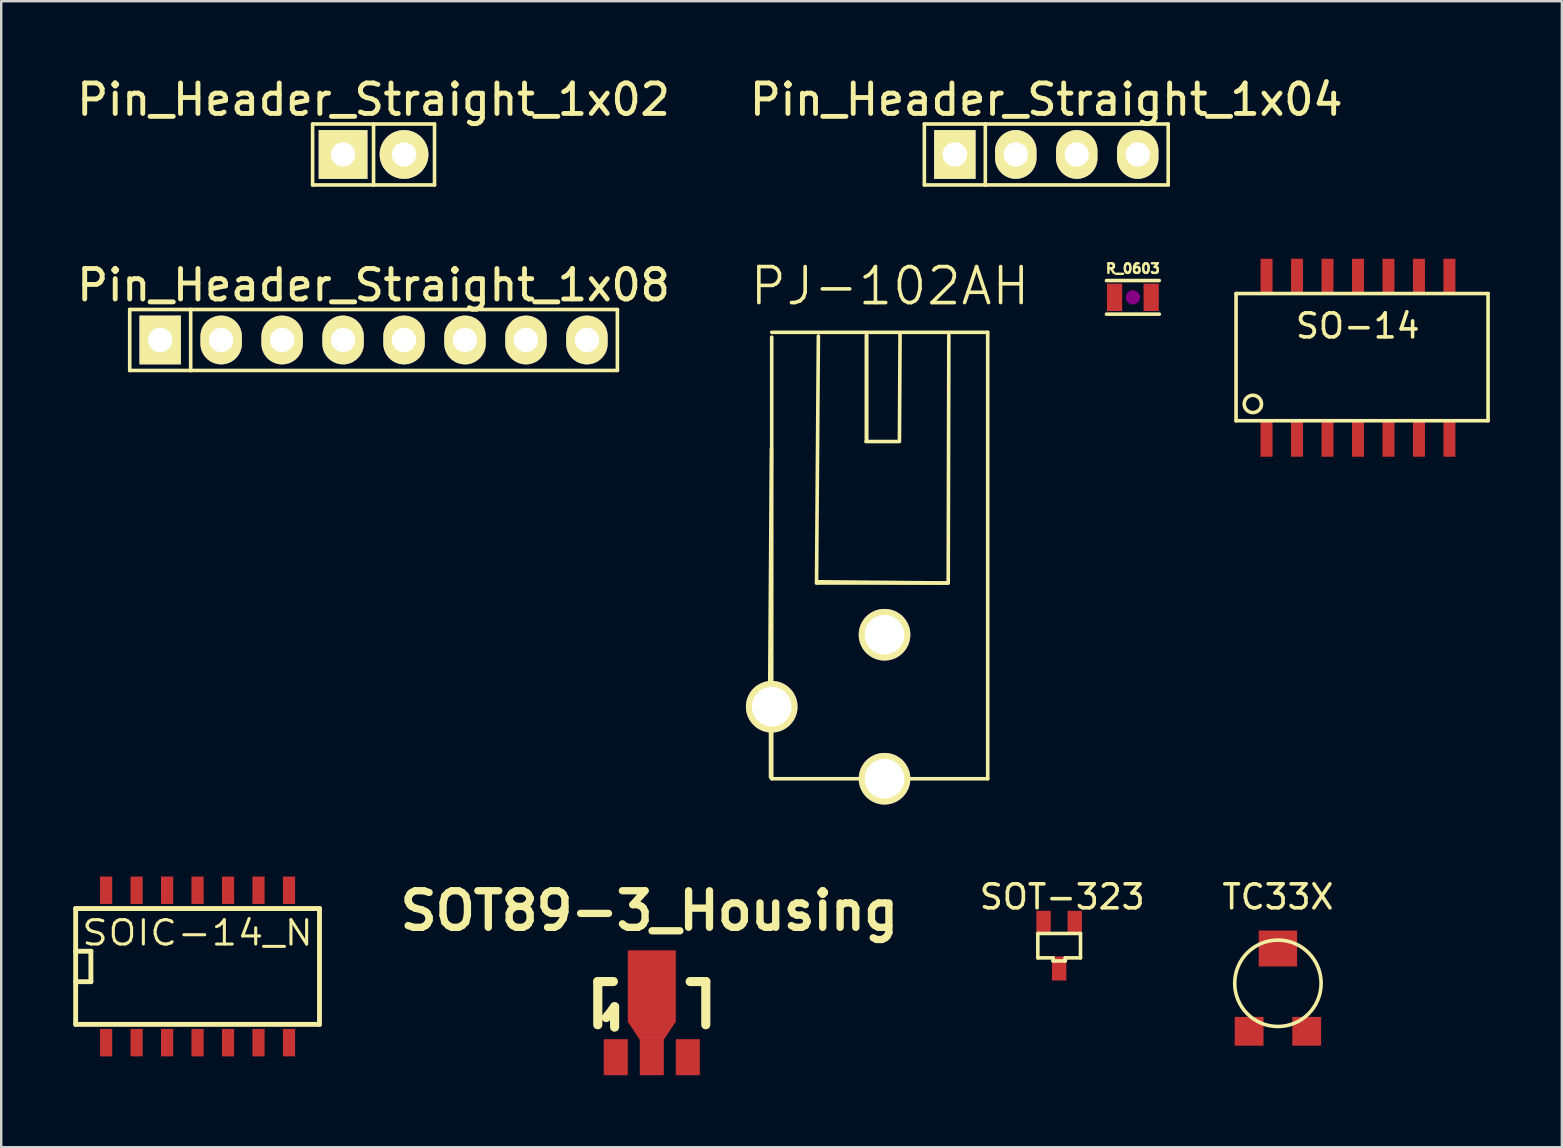
<source format=kicad_pcb>
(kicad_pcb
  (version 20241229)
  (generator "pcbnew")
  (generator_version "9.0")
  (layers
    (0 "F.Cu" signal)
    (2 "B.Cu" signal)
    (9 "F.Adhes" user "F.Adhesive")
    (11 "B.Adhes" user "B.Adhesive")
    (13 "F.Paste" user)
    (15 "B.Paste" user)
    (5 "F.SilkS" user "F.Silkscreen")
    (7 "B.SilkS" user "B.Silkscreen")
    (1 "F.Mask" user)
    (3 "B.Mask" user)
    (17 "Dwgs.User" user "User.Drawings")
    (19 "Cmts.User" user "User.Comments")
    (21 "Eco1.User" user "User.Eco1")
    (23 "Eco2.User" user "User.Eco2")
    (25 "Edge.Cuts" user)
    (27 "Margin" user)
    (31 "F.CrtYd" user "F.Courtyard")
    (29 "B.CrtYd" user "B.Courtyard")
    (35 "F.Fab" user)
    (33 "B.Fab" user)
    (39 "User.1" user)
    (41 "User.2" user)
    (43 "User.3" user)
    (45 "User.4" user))
  (footprint "Pin_Header_Straight_1x02"
    (layer "F.Cu")
    (at 12.515 3.386)
    (property "Reference" "Pin_Header_Straight_1x02" (at 0 -2.286 0) (layer "F.SilkS") (effects (font (size 1.27 1.27) (thickness 0.203))))
    (attr through_hole)
    (fp_line (start -2.54 -1.27) (end -2.54 1.27) (stroke (width 0.15) (type solid)) (layer "F.SilkS"))
    (fp_line (start -2.54 1.27) (end 0 1.27) (stroke (width 0.15) (type solid)) (layer "F.SilkS"))
    (fp_line (start 0 -1.27) (end 0 1.27) (stroke (width 0.15) (type solid)) (layer "F.SilkS"))
    (fp_line (start 0 1.27) (end 2.54 1.27) (stroke (width 0.15) (type solid)) (layer "F.SilkS"))
    (fp_line (start 2.54 -1.27) (end -2.54 -1.27) (stroke (width 0.15) (type solid)) (layer "F.SilkS"))
    (fp_line (start 2.54 1.27) (end 2.54 -1.27) (stroke (width 0.15) (type solid)) (layer "F.SilkS"))
    (pad "1" thru_hole rect (at -1.27 0) (size 2.032 2.032) (drill 1.016) (layers "*.Cu" "*.Mask" "F.SilkS"))
    (pad "2" thru_hole oval (at 1.27 0) (size 2.032 2.032) (drill 1.016) (layers "*.Cu" "*.Mask" "F.SilkS")))
  (footprint "Pin_Header_Straight_1x08"
    (layer "F.Cu")
    (at 12.515 11.116)
    (property "Reference" "Pin_Header_Straight_1x08" (at 0 -2.286 0) (layer "F.SilkS") (effects (font (size 1.27 1.27) (thickness 0.203))))
    (attr through_hole)
    (fp_line (start -10.16 -1.27) (end -10.16 1.27) (stroke (width 0.15) (type solid)) (layer "F.SilkS"))
    (fp_line (start -10.16 -1.27) (end -7.62 -1.27) (stroke (width 0.15) (type solid)) (layer "F.SilkS"))
    (fp_line (start -10.16 1.27) (end -7.62 1.27) (stroke (width 0.15) (type solid)) (layer "F.SilkS"))
    (fp_line (start -7.62 -1.27) (end -7.62 1.27) (stroke (width 0.15) (type solid)) (layer "F.SilkS"))
    (fp_line (start -7.62 -1.27) (end 10.16 -1.27) (stroke (width 0.15) (type solid)) (layer "F.SilkS"))
    (fp_line (start 10.16 -1.27) (end 10.16 1.27) (stroke (width 0.15) (type solid)) (layer "F.SilkS"))
    (fp_line (start 10.16 1.27) (end -7.62 1.27) (stroke (width 0.15) (type solid)) (layer "F.SilkS"))
    (pad "1" thru_hole rect (at -8.89 0) (size 1.727 2.032) (drill 1.016) (layers "*.Cu" "*.Mask" "F.SilkS"))
    (pad "2" thru_hole oval (at -6.35 0) (size 1.727 2.032) (drill 1.016) (layers "*.Cu" "*.Mask" "F.SilkS"))
    (pad "3" thru_hole oval (at -3.81 0) (size 1.727 2.032) (drill 1.016) (layers "*.Cu" "*.Mask" "F.SilkS"))
    (pad "4" thru_hole oval (at -1.27 0) (size 1.727 2.032) (drill 1.016) (layers "*.Cu" "*.Mask" "F.SilkS"))
    (pad "5" thru_hole oval (at 1.27 0) (size 1.727 2.032) (drill 1.016) (layers "*.Cu" "*.Mask" "F.SilkS"))
    (pad "6" thru_hole oval (at 3.81 0) (size 1.727 2.032) (drill 1.016) (layers "*.Cu" "*.Mask" "F.SilkS"))
    (pad "7" thru_hole oval (at 6.35 0) (size 1.727 2.032) (drill 1.016) (layers "*.Cu" "*.Mask" "F.SilkS"))
    (pad "8" thru_hole oval (at 8.89 0) (size 1.727 2.032) (drill 1.016) (layers "*.Cu" "*.Mask" "F.SilkS")))
  (footprint "SOT89-3_Housing"
    (layer "F.Cu")
    (at 24.108 39.148)
    (property "Reference" "SOT89-3_Housing" (at -0.099 -4.249 0) (layer "F.SilkS") (effects (font (size 1.524 1.524) (thickness 0.305))))
    (attr smd)
    (fp_line (start -2.25 -1.3) (end -2.25 0.5) (stroke (width 0.381) (type solid)) (layer "F.SilkS"))
    (fp_line (start -2.25 -1.3) (end -1.6 -1.3) (stroke (width 0.381) (type solid)) (layer "F.SilkS"))
    (fp_line (start -1.9 0.201) (end -1.651 -0.099) (stroke (width 0.381) (type solid)) (layer "F.SilkS"))
    (fp_line (start -1.651 -0.099) (end -1.549 -0.249) (stroke (width 0.381) (type solid)) (layer "F.SilkS"))
    (fp_line (start -1.549 -0.249) (end -1.549 0.599) (stroke (width 0.381) (type solid)) (layer "F.SilkS"))
    (fp_line (start 2.25 -1.3) (end 1.6 -1.3) (stroke (width 0.381) (type solid)) (layer "F.SilkS"))
    (fp_line (start 2.25 -1.3) (end 2.25 0.5) (stroke (width 0.381) (type solid)) (layer "F.SilkS"))
    (pad "1" smd rect (at -1.501 1.852) (size 1.001 1.501) (layers "F.Cu" "F.Mask" "F.Paste"))
    (pad "2" smd rect (at 0 -1.1) (size 1.999 3) (layers "F.Cu" "F.Mask" "F.Paste"))
    (pad "2" smd trapezoid (at 0 0.749 180) (size 1.501 0.749) (rect_delta 0 0.5) (layers "F.Cu" "F.Mask" "F.Paste"))
    (pad "2" smd rect (at 0 1.852) (size 1.001 1.501) (layers "F.Cu" "F.Mask" "F.Paste"))
    (pad "3" smd rect (at 1.501 1.852) (size 1.001 1.501) (layers "F.Cu" "F.Mask" "F.Paste")))
  (footprint "SOT-323"
    (layer "F.Cu")
    (at 41.082 36.353)
    (property "Reference" "SOT-323" (at 0.127 -2.032 0) (layer "F.SilkS") (effects (font (size 1 1) (thickness 0.15))))
    (attr smd)
    (fp_line (start -0.889 -0.508) (end -0.889 0.508) (stroke (width 0.15) (type solid)) (layer "F.SilkS"))
    (fp_line (start -0.889 0.508) (end -0.254 0.508) (stroke (width 0.15) (type solid)) (layer "F.SilkS"))
    (fp_line (start -0.254 0.508) (end -0.254 0.635) (stroke (width 0.15) (type solid)) (layer "F.SilkS"))
    (fp_line (start -0.254 0.635) (end 0.254 0.635) (stroke (width 0.15) (type solid)) (layer "F.SilkS"))
    (fp_line (start 0.254 0.508) (end 0.889 0.508) (stroke (width 0.15) (type solid)) (layer "F.SilkS"))
    (fp_line (start 0.254 0.635) (end 0.254 0.508) (stroke (width 0.15) (type solid)) (layer "F.SilkS"))
    (fp_line (start 0.889 -0.508) (end -0.889 -0.508) (stroke (width 0.15) (type solid)) (layer "F.SilkS"))
    (fp_line (start 0.889 0.508) (end 0.889 -0.508) (stroke (width 0.15) (type solid)) (layer "F.SilkS"))
    (pad "1" smd rect (at 0.65 -0.95) (size 0.599 1.001) (layers "F.Cu" "F.Mask" "F.Paste"))
    (pad "2" smd rect (at -0.65 -0.95) (size 0.599 1.001) (layers "F.Cu" "F.Mask" "F.Paste"))
    (pad "3" smd rect (at 0 0.95) (size 0.599 1.001) (layers "F.Cu" "F.Mask" "F.Paste")))
  (footprint "SO-14"
    (layer "F.Cu")
    (at 52.253 11.181)
    (property "Reference" "SO-14" (at 1.27 -0.65 0) (layer "F.SilkS") (effects (font (size 1 1) (thickness 0.15))))
    (attr through_hole)
    (fp_line (start -3.8 -2) (end 6.7 -2) (stroke (width 0.15) (type solid)) (layer "F.SilkS"))
    (fp_line (start -3.8 3.3) (end -3.8 -2) (stroke (width 0.15) (type solid)) (layer "F.SilkS"))
    (fp_line (start 6.7 -2) (end 6.7 3.3) (stroke (width 0.15) (type solid)) (layer "F.SilkS"))
    (fp_line (start 6.7 3.3) (end -3.8 3.3) (stroke (width 0.15) (type solid)) (layer "F.SilkS"))
    (fp_circle (center -3.1 2.6) (end -3.3 2.9) (stroke (width 0.15) (type solid)) (fill no) (layer "F.SilkS"))
    (pad "1" smd rect (at -2.53 4.05) (size 0.5 1.5) (layers "F.Cu" "F.Mask" "F.Paste"))
    (pad "2" smd rect (at -1.26 4.05) (size 0.5 1.5) (layers "F.Cu" "F.Mask" "F.Paste"))
    (pad "3" smd rect (at 0.01 4.05) (size 0.5 1.5) (layers "F.Cu" "F.Mask" "F.Paste"))
    (pad "4" smd rect (at 1.28 4.05) (size 0.5 1.5) (layers "F.Cu" "F.Mask" "F.Paste"))
    (pad "5" smd rect (at 2.55 4.05) (size 0.5 1.5) (layers "F.Cu" "F.Mask" "F.Paste"))
    (pad "6" smd rect (at 3.82 4.05) (size 0.5 1.5) (layers "F.Cu" "F.Mask" "F.Paste"))
    (pad "7" smd rect (at 5.09 4.05) (size 0.5 1.5) (layers "F.Cu" "F.Mask" "F.Paste"))
    (pad "8" smd rect (at 5.09 -2.7) (size 0.5 1.5) (layers "F.Cu" "F.Mask" "F.Paste"))
    (pad "9" smd rect (at 3.82 -2.7) (size 0.5 1.5) (layers "F.Cu" "F.Mask" "F.Paste"))
    (pad "10" smd rect (at 2.55 -2.7) (size 0.5 1.5) (layers "F.Cu" "F.Mask" "F.Paste"))
    (pad "11" smd rect (at 1.28 -2.7) (size 0.5 1.5) (layers "F.Cu" "F.Mask" "F.Paste"))
    (pad "12" smd rect (at 0.01 -2.7) (size 0.5 1.5) (layers "F.Cu" "F.Mask" "F.Paste"))
    (pad "13" smd rect (at -1.26 -2.7) (size 0.5 1.5) (layers "F.Cu" "F.Mask" "F.Paste"))
    (pad "14" smd rect (at -2.53 -2.7) (size 0.5 1.5) (layers "F.Cu" "F.Mask" "F.Paste")))
  (footprint "PJ-102AH"
    (layer "F.Cu")
    (at 33.805 26.397)
    (property "Reference" "PJ-102AH" (at 0.229 -17.526 0) (layer "F.SilkS") (effects (font (size 1.5 1.5) (thickness 0.15))))
    (attr through_hole)
    (fp_line (start -4.75 2.934) (end -4.75 -0.114) (stroke (width 0.15) (type solid)) (layer "F.SilkS"))
    (fp_line (start -4.712 -10.744) (end -4.788 -0.191) (stroke (width 0.15) (type solid)) (layer "F.SilkS"))
    (fp_line (start -4.7 -15.6) (end 4.3 -15.6) (stroke (width 0.15) (type solid)) (layer "F.SilkS"))
    (fp_line (start -4.7 0) (end -4.7 -15.4) (stroke (width 0.15) (type solid)) (layer "F.SilkS"))
    (fp_line (start -4.7 0) (end -4.7 3) (stroke (width 0.15) (type solid)) (layer "F.SilkS"))
    (fp_line (start -4.7 3) (end 4.3 3) (stroke (width 0.15) (type solid)) (layer "F.SilkS"))
    (fp_line (start -2.832 -5.156) (end 2.654 -5.156) (stroke (width 0.15) (type solid)) (layer "F.SilkS"))
    (fp_line (start -2.756 -15.443) (end -2.832 -5.156) (stroke (width 0.15) (type solid)) (layer "F.SilkS"))
    (fp_line (start -0.775 -11.049) (end 0.622 -11.049) (stroke (width 0.15) (type solid)) (layer "F.SilkS"))
    (fp_line (start -0.749 -15.481) (end -0.749 -11.125) (stroke (width 0.15) (type solid)) (layer "F.SilkS"))
    (fp_line (start -0.749 -11.125) (end -0.749 -15.481) (stroke (width 0.15) (type solid)) (layer "F.SilkS"))
    (fp_line (start 0.622 -11.1) (end 0.648 -15.57) (stroke (width 0.15) (type solid)) (layer "F.SilkS"))
    (fp_line (start 2.603 -5.156) (end -2.807 -5.207) (stroke (width 0.15) (type solid)) (layer "F.SilkS"))
    (fp_line (start 2.654 -5.156) (end 2.68 -15.494) (stroke (width 0.15) (type solid)) (layer "F.SilkS"))
    (fp_line (start 4.3 3) (end 4.3 -15.6) (stroke (width 0.15) (type solid)) (layer "F.SilkS"))
    (pad "1" thru_hole circle (at 0 3) (size 2.15 2.15) (drill 1.65) (layers "*.Cu" "*.Mask" "F.SilkS"))
    (pad "2" thru_hole circle (at 0 -3) (size 2.15 2.15) (drill 1.65) (layers "*.Cu" "*.Mask" "F.SilkS"))
    (pad "3" thru_hole circle (at -4.7 0) (size 2.15 2.15) (drill 1.65) (layers "*.Cu" "*.Mask" "F.SilkS")))
  (footprint "R_0603"
    (layer "F.Cu")
    (at 44.154 9.34)
    (property "Reference" "R_0603" (at 0 -1.2 180) (layer "F.SilkS") (effects (font (size 0.4 0.4) (thickness 0.1))))
    (attr smd)
    (fp_line (start -1.1 -0.7) (end 1.1 -0.7) (stroke (width 0.15) (type solid)) (layer "F.SilkS"))
    (fp_line (start -1.1 0.7) (end 1.1 0.7) (stroke (width 0.15) (type solid)) (layer "F.SilkS"))
    (fp_circle (center 0 0) (end 0.15 0) (stroke (width 0.3) (type solid)) (fill no) (layer "F.Adhes"))
    (pad "1" smd rect (at -0.762 0) (size 0.635 1.143) (layers "F.Cu" "F.Mask" "F.Paste"))
    (pad "2" smd rect (at 0.762 0) (size 0.635 1.143) (layers "F.Cu" "F.Mask" "F.Paste")))
  (footprint "SOIC-14_N"
    (layer "F.Cu")
    (at 5.182 37.092)
    (property "Reference" "SOIC-14_N" (at 0 -1.27 0) (layer "F.SilkS") (effects (font (size 1.016 1.143) (thickness 0.127))))
    (attr smd)
    (fp_line (start -5.08 -2.286) (end 5.08 -2.286) (stroke (width 0.203) (type solid)) (layer "F.SilkS"))
    (fp_line (start -5.08 -0.508) (end -4.445 -0.508) (stroke (width 0.203) (type solid)) (layer "F.SilkS"))
    (fp_line (start -5.08 2.54) (end -5.08 -2.286) (stroke (width 0.203) (type solid)) (layer "F.SilkS"))
    (fp_line (start -4.445 -0.508) (end -4.445 0.762) (stroke (width 0.203) (type solid)) (layer "F.SilkS"))
    (fp_line (start -4.445 0.762) (end -5.08 0.762) (stroke (width 0.203) (type solid)) (layer "F.SilkS"))
    (fp_line (start 5.08 -2.286) (end 5.08 2.54) (stroke (width 0.203) (type solid)) (layer "F.SilkS"))
    (fp_line (start 5.08 2.54) (end -5.08 2.54) (stroke (width 0.203) (type solid)) (layer "F.SilkS"))
    (pad "1" smd rect (at -3.81 3.302) (size 0.508 1.143) (layers "F.Cu" "F.Mask" "F.Paste"))
    (pad "2" smd rect (at -2.54 3.302) (size 0.508 1.143) (layers "F.Cu" "F.Mask" "F.Paste"))
    (pad "3" smd rect (at -1.27 3.302) (size 0.508 1.143) (layers "F.Cu" "F.Mask" "F.Paste"))
    (pad "4" smd rect (at 0 3.302) (size 0.508 1.143) (layers "F.Cu" "F.Mask" "F.Paste"))
    (pad "5" smd rect (at 1.27 3.302) (size 0.508 1.143) (layers "F.Cu" "F.Mask" "F.Paste"))
    (pad "6" smd rect (at 2.54 3.302) (size 0.508 1.143) (layers "F.Cu" "F.Mask" "F.Paste"))
    (pad "7" smd rect (at 3.81 3.302) (size 0.508 1.143) (layers "F.Cu" "F.Mask" "F.Paste"))
    (pad "8" smd rect (at 3.81 -3.048) (size 0.508 1.143) (layers "F.Cu" "F.Mask" "F.Paste"))
    (pad "9" smd rect (at 2.54 -3.048) (size 0.508 1.143) (layers "F.Cu" "F.Mask" "F.Paste"))
    (pad "10" smd rect (at 1.27 -3.048) (size 0.508 1.143) (layers "F.Cu" "F.Mask" "F.Paste"))
    (pad "11" smd rect (at 0 -3.048) (size 0.508 1.143) (layers "F.Cu" "F.Mask" "F.Paste"))
    (pad "12" smd rect (at -1.27 -3.048) (size 0.508 1.143) (layers "F.Cu" "F.Mask" "F.Paste"))
    (pad "13" smd rect (at -2.54 -3.048) (size 0.508 1.143) (layers "F.Cu" "F.Mask" "F.Paste"))
    (pad "14" smd rect (at -3.81 -3.048) (size 0.508 1.143) (layers "F.Cu" "F.Mask" "F.Paste")))
  (footprint "Pin_Header_Straight_1x04"
    (layer "F.Cu")
    (at 40.545 3.386)
    (property "Reference" "Pin_Header_Straight_1x04" (at 0 -2.286 0) (layer "F.SilkS") (effects (font (size 1.27 1.27) (thickness 0.203))))
    (attr through_hole)
    (fp_line (start -5.08 -1.27) (end -5.08 1.27) (stroke (width 0.15) (type solid)) (layer "F.SilkS"))
    (fp_line (start -5.08 -1.27) (end -2.54 -1.27) (stroke (width 0.15) (type solid)) (layer "F.SilkS"))
    (fp_line (start -5.08 1.27) (end -2.54 1.27) (stroke (width 0.15) (type solid)) (layer "F.SilkS"))
    (fp_line (start -2.54 -1.27) (end -2.54 1.27) (stroke (width 0.15) (type solid)) (layer "F.SilkS"))
    (fp_line (start -2.54 -1.27) (end 5.08 -1.27) (stroke (width 0.15) (type solid)) (layer "F.SilkS"))
    (fp_line (start -2.54 1.27) (end 5.08 1.27) (stroke (width 0.15) (type solid)) (layer "F.SilkS"))
    (fp_line (start 5.08 1.27) (end 5.08 -1.27) (stroke (width 0.15) (type solid)) (layer "F.SilkS"))
    (pad "1" thru_hole rect (at -3.81 0) (size 1.727 2.032) (drill 1.016) (layers "*.Cu" "*.Mask" "F.SilkS"))
    (pad "2" thru_hole oval (at -1.27 0) (size 1.727 2.032) (drill 1.016) (layers "*.Cu" "*.Mask" "F.SilkS"))
    (pad "3" thru_hole oval (at 1.27 0) (size 1.727 2.032) (drill 1.016) (layers "*.Cu" "*.Mask" "F.SilkS"))
    (pad "4" thru_hole oval (at 3.81 0) (size 1.727 2.032) (drill 1.016) (layers "*.Cu" "*.Mask" "F.SilkS")))
  (footprint "TC33X"
    (layer "F.Cu")
    (at 50.197 37.921)
    (property "Reference" "TC33X" (at 0 -3.6 0) (layer "F.SilkS") (effects (font (size 1 1) (thickness 0.15))))
    (attr through_hole)
    (fp_circle (center 0 0) (end 0 1.8) (stroke (width 0.15) (type solid)) (fill no) (layer "F.SilkS"))
    (pad "1" smd rect (at -1.2 2) (size 1.2 1.2) (layers "F.Cu" "F.Mask" "F.Paste"))
    (pad "2" smd rect (at 0 -1.45) (size 1.6 1.5) (layers "F.Cu" "F.Mask" "F.Paste"))
    (pad "3" smd rect (at 1.2 2) (size 1.2 1.2) (layers "F.Cu" "F.Mask" "F.Paste")))
  (gr_rect
    (start -3 -3)
    (end 62.028 44.75)
    (stroke (width 0.1) (type default))
    (fill no)
    (layer "Edge.Cuts")))
</source>
